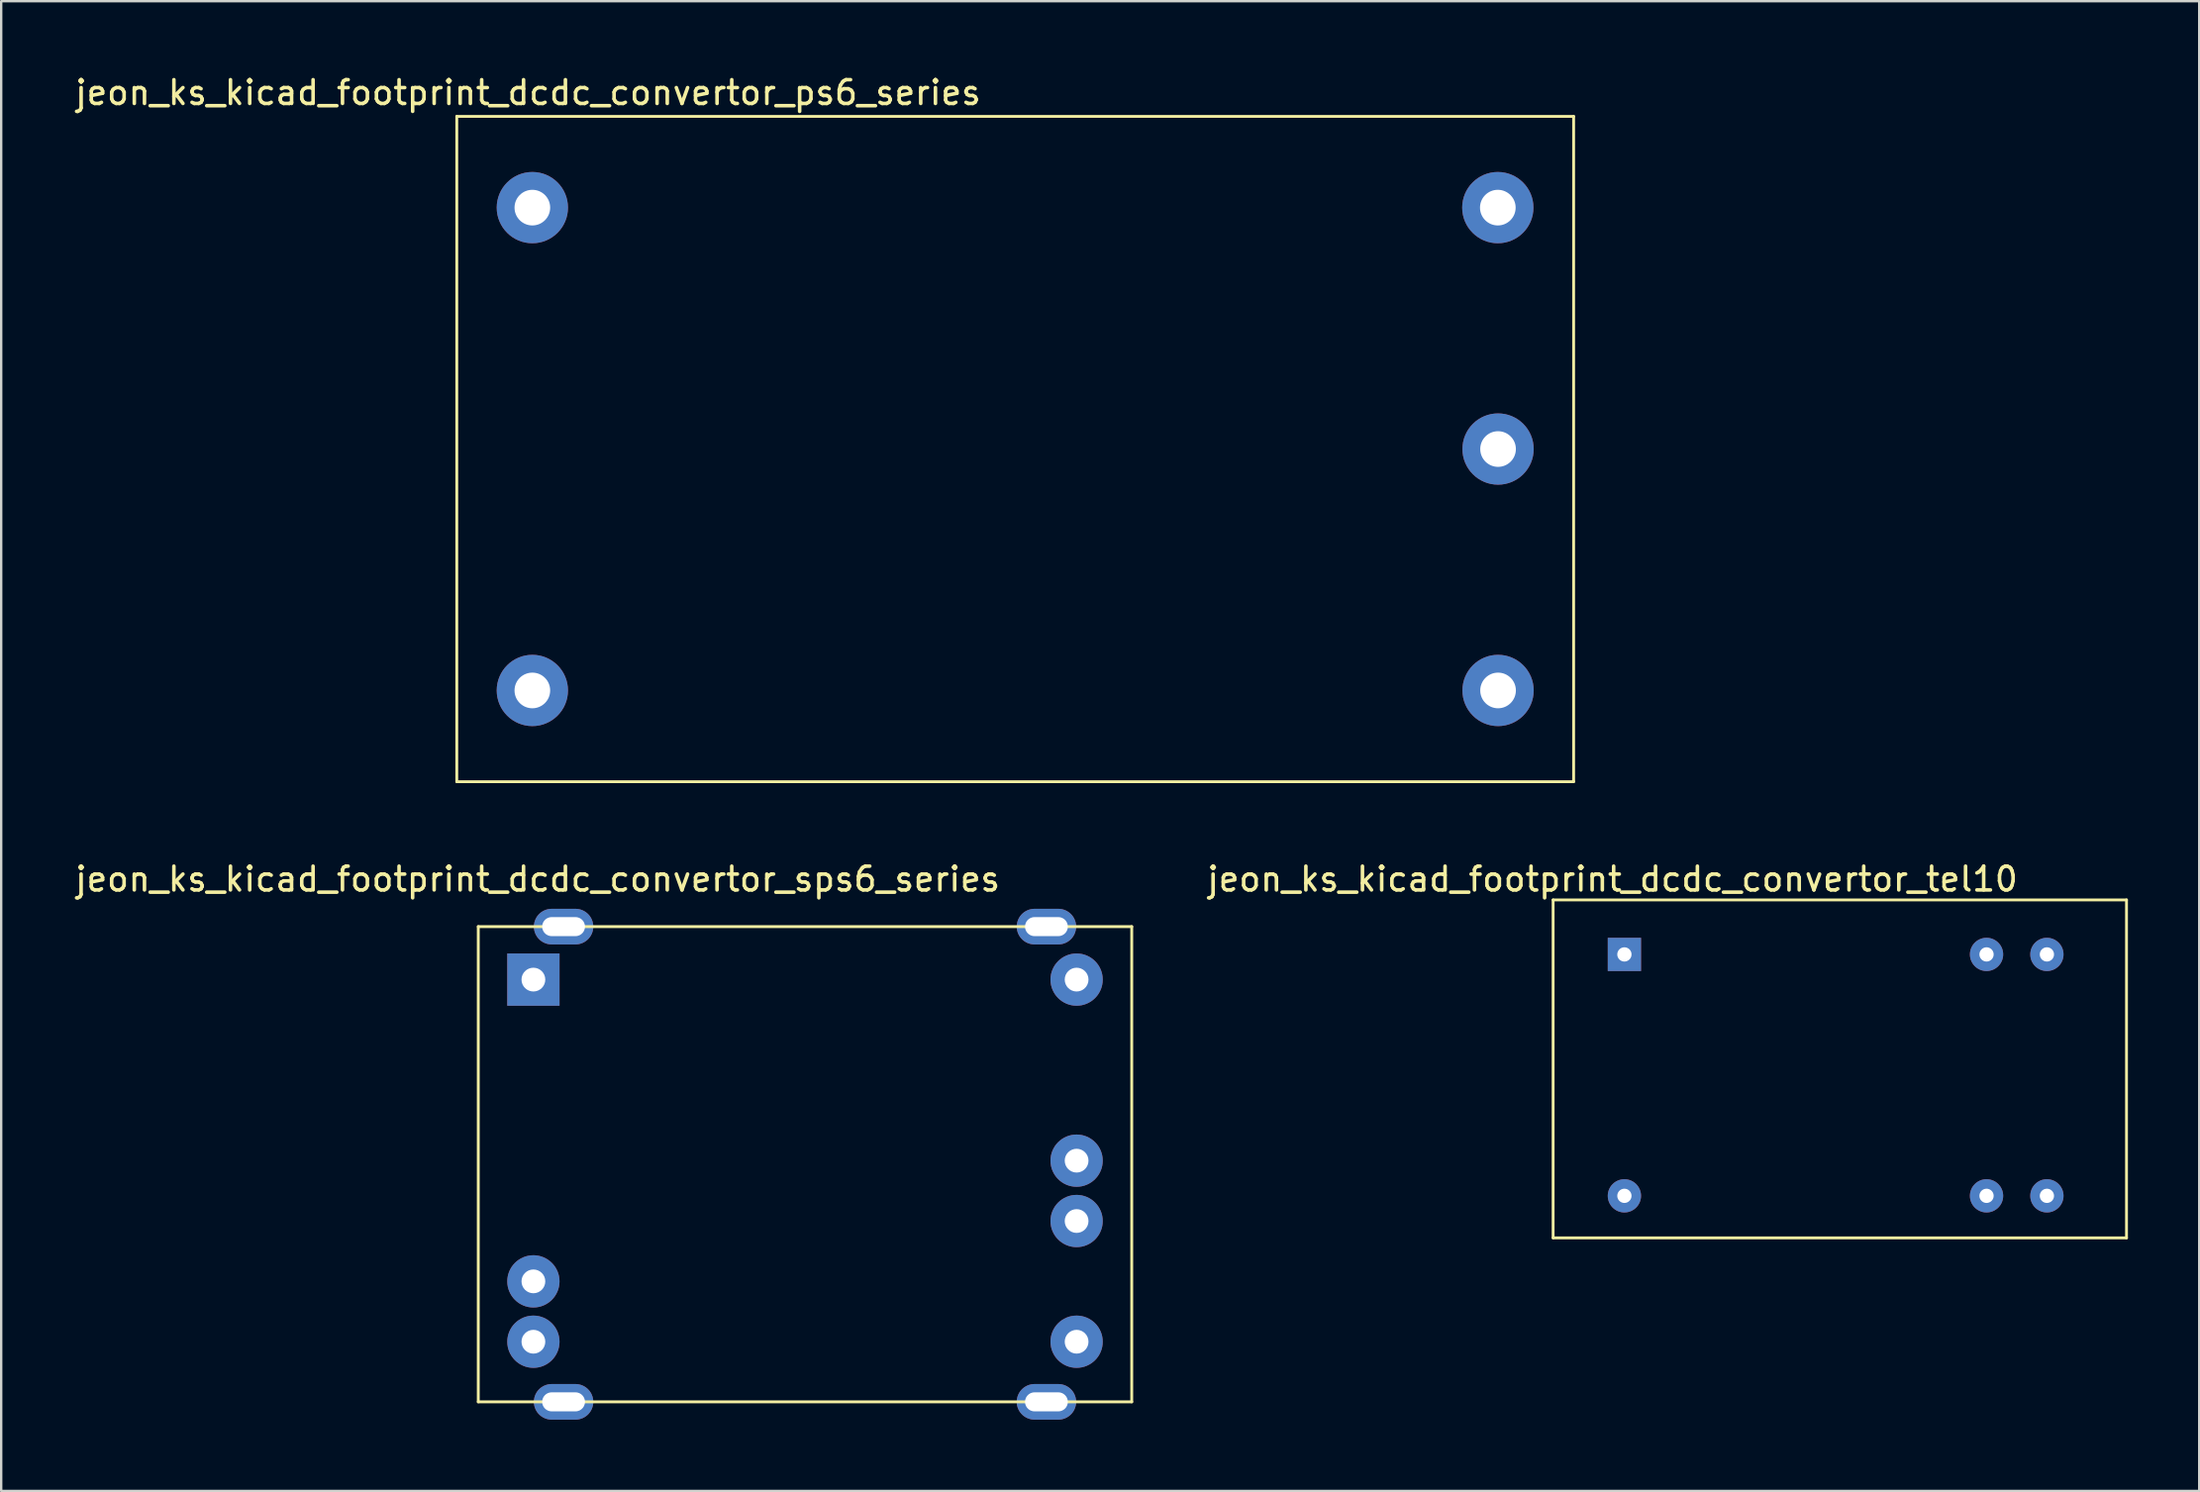
<source format=kicad_pcb>
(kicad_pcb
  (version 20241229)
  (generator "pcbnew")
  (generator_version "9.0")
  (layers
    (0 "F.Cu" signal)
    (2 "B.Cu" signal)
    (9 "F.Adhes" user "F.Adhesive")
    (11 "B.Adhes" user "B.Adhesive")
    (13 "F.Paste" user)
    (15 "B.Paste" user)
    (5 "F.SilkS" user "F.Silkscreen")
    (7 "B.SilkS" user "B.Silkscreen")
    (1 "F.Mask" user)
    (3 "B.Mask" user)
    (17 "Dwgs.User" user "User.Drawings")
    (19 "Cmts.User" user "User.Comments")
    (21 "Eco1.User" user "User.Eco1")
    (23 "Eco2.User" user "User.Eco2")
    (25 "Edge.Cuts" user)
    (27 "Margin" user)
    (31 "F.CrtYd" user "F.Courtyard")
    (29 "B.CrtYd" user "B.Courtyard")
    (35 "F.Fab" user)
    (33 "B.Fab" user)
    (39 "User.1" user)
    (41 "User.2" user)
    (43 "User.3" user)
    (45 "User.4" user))
  (footprint "jeon_ks_kicad_footprint_dcdc_convertor_sps6_series"
    (layer "F.Cu")
    (at 17.077 35.947)
    (property "Reference" "jeon_ks_kicad_footprint_dcdc_convertor_sps6_series" (at 2.5 -2 0) (layer "F.SilkS") (effects (font (size 1 1) (thickness 0.15))))
    (attr through_hole)
    (fp_line (start 0 0) (end 0 20) (stroke (width 0.12) (type solid)) (layer "F.SilkS"))
    (fp_line (start 0 20) (end 27.5 20) (stroke (width 0.12) (type solid)) (layer "F.SilkS"))
    (fp_line (start 27.5 0) (end 0 0) (stroke (width 0.12) (type solid)) (layer "F.SilkS"))
    (fp_line (start 27.5 20) (end 27.5 0) (stroke (width 0.12) (type solid)) (layer "F.SilkS"))
    (pad "1" thru_hole rect (at 2.32 2.23) (size 2.2 2.2) (drill 1) (layers "*.Cu" "*.Mask"))
    (pad "2" thru_hole circle (at 2.32 14.93) (size 2.2 2.2) (drill 1) (layers "*.Cu" "*.Mask"))
    (pad "3" thru_hole circle (at 2.32 17.47) (size 2.2 2.2) (drill 1) (layers "*.Cu" "*.Mask"))
    (pad "4" thru_hole circle (at 25.18 17.47) (size 2.2 2.2) (drill 1) (layers "*.Cu" "*.Mask"))
    (pad "5" thru_hole circle (at 25.18 12.39) (size 2.2 2.2) (drill 1) (layers "*.Cu" "*.Mask"))
    (pad "6" thru_hole circle (at 25.18 9.85) (size 2.2 2.2) (drill 1) (layers "*.Cu" "*.Mask"))
    (pad "7" thru_hole circle (at 25.18 2.23) (size 2.2 2.2) (drill 1) (layers "*.Cu" "*.Mask"))
    (pad "~" thru_hole oval (at 3.59 0) (size 2.5 1.5) (drill oval 1.8 0.8) (layers "*.Cu" "*.Mask"))
    (pad "~" thru_hole oval (at 3.59 20) (size 2.5 1.5) (drill oval 1.8 0.8) (layers "*.Cu" "*.Mask"))
    (pad "~" thru_hole oval (at 23.91 0) (size 2.5 1.5) (drill oval 1.8 0.8) (layers "*.Cu" "*.Mask"))
    (pad "~" thru_hole oval (at 23.91 20) (size 2.5 1.5) (drill oval 1.8 0.8) (layers "*.Cu" "*.Mask")))
  (footprint "jeon_ks_kicad_footprint_dcdc_convertor_ps6_series"
    (layer "F.Cu")
    (at 16.173 29.848)
    (property "Reference" "jeon_ks_kicad_footprint_dcdc_convertor_ps6_series" (at 3 -29 0) (layer "F.SilkS") (effects (font (size 1 1) (thickness 0.15))))
    (attr through_hole)
    (fp_line (start 0 -28) (end 0 0) (stroke (width 0.12) (type solid)) (layer "F.SilkS"))
    (fp_line (start 0 0) (end 47 0) (stroke (width 0.12) (type solid)) (layer "F.SilkS"))
    (fp_line (start 47 -28) (end 0 -28) (stroke (width 0.12) (type solid)) (layer "F.SilkS"))
    (fp_line (start 47 0) (end 47 -28) (stroke (width 0.12) (type solid)) (layer "F.SilkS"))
    (pad "1" thru_hole circle (at 3.18 -24.16) (size 3 3) (drill 1.5) (layers "*.Cu" "*.Mask"))
    (pad "2" thru_hole circle (at 3.18 -3.84) (size 3 3) (drill 1.5) (layers "*.Cu" "*.Mask"))
    (pad "3" thru_hole circle (at 43.81 -24.16) (size 3 3) (drill 1.5) (layers "*.Cu" "*.Mask"))
    (pad "4" thru_hole circle (at 43.82 -14) (size 3 3) (drill 1.5) (layers "*.Cu" "*.Mask"))
    (pad "5" thru_hole circle (at 43.82 -3.84) (size 3 3) (drill 1.5) (layers "*.Cu" "*.Mask")))
  (footprint "jeon_ks_kicad_footprint_dcdc_convertor_tel10"
    (layer "F.Cu")
    (at 62.31 49.047)
    (property "Reference" "jeon_ks_kicad_footprint_dcdc_convertor_tel10" (at 2.5 -15.1 0) (layer "F.SilkS") (effects (font (size 1 1) (thickness 0.15))))
    (attr through_hole)
    (fp_line (start 0 -14.224) (end 0 0) (stroke (width 0.12) (type solid)) (layer "F.SilkS"))
    (fp_line (start 0 0) (end 24.13 0) (stroke (width 0.12) (type solid)) (layer "F.SilkS"))
    (fp_line (start 24.13 -14.224) (end 0 -14.224) (stroke (width 0.12) (type solid)) (layer "F.SilkS"))
    (fp_line (start 24.13 0) (end 24.13 -14.224) (stroke (width 0.12) (type solid)) (layer "F.SilkS"))
    (pad "1" thru_hole rect (at 3 -11.93) (size 1.4 1.4) (drill 0.6) (layers "*.Cu" "*.Mask"))
    (pad "7" thru_hole circle (at 18.24 -11.93) (size 1.4 1.4) (drill 0.6) (layers "*.Cu" "*.Mask"))
    (pad "8" thru_hole circle (at 20.78 -11.93) (size 1.4 1.4) (drill 0.6) (layers "*.Cu" "*.Mask"))
    (pad "9" thru_hole circle (at 20.78 -1.77) (size 1.4 1.4) (drill 0.6) (layers "*.Cu" "*.Mask"))
    (pad "10" thru_hole circle (at 18.24 -1.77) (size 1.4 1.4) (drill 0.6) (layers "*.Cu" "*.Mask"))
    (pad "16" thru_hole circle (at 3 -1.77) (size 1.4 1.4) (drill 0.6) (layers "*.Cu" "*.Mask")))
  (gr_rect
    (start -3 -3)
    (end 89.5 59.697)
    (stroke (width 0.1) (type default))
    (fill no)
    (layer "Edge.Cuts")))
</source>
